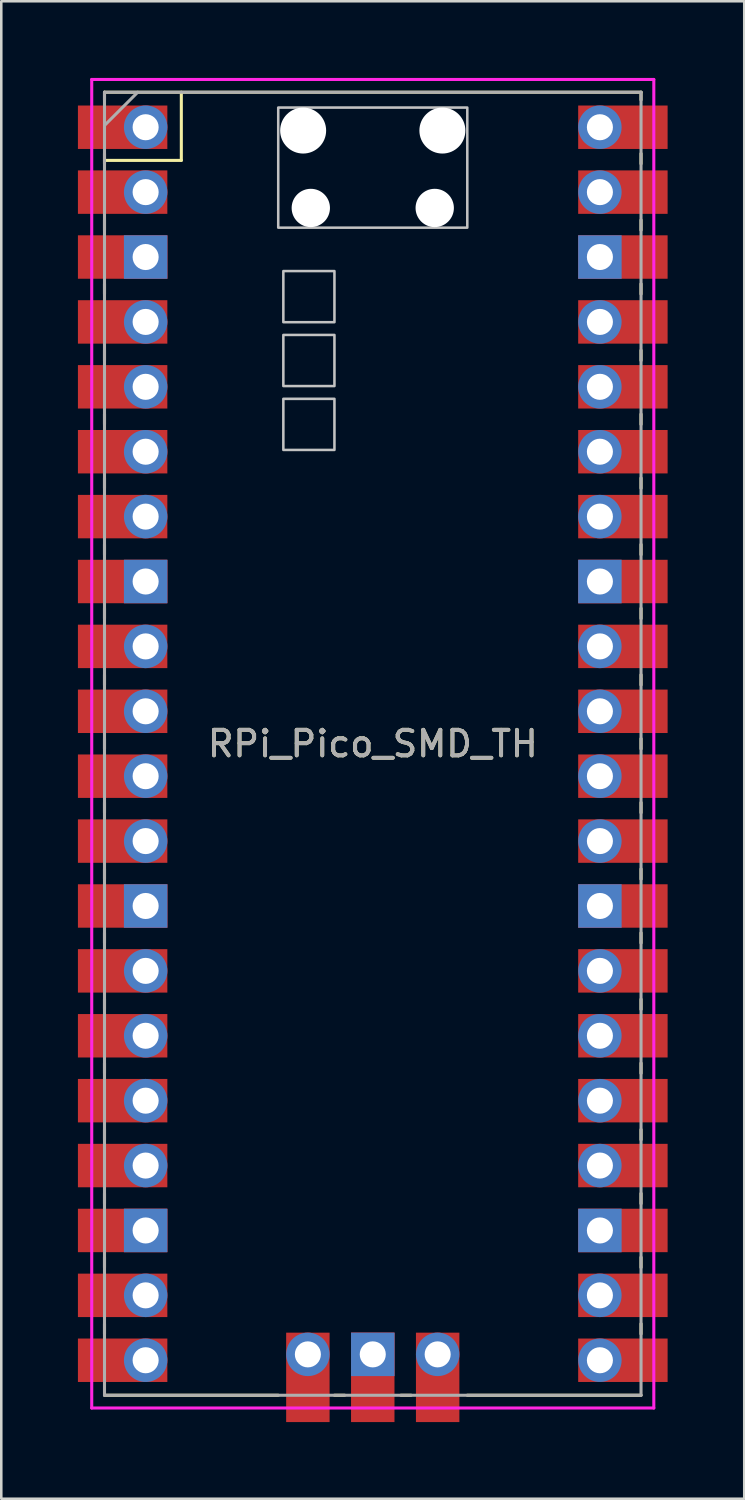
<source format=kicad_pcb>
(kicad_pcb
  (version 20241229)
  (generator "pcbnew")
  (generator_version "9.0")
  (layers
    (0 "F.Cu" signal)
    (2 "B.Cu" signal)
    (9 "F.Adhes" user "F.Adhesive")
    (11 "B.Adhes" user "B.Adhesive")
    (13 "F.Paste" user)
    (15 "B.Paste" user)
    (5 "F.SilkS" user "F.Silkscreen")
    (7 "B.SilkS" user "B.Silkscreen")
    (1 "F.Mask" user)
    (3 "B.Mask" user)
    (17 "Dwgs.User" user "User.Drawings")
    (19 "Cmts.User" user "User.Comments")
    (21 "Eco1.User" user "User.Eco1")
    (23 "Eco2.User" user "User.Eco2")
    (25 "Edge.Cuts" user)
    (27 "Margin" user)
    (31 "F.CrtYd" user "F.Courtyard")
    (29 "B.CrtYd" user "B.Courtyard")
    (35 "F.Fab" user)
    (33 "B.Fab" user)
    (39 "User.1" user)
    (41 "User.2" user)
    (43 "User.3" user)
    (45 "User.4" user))
  (footprint "RPi_Pico_SMD_TH"
    (layer "F.Cu")
    (at 11.54 26.06)
    (property "Reference" "RPi_Pico_SMD_TH" (at 0 0 0) (layer "F.SilkS") (effects (font (size 1 1) (thickness 0.15))))
    (attr through_hole)
    (fp_line (start -10.5 -25.5) (end -10.5 -25.2) (stroke (width 0.12) (type solid)) (layer "F.SilkS"))
    (fp_line (start -10.5 -25.5) (end 10.5 -25.5) (stroke (width 0.12) (type solid)) (layer "F.SilkS"))
    (fp_line (start -10.5 -23.1) (end -10.5 -22.7) (stroke (width 0.12) (type solid)) (layer "F.SilkS"))
    (fp_line (start -10.5 -22.833) (end -7.493 -22.833) (stroke (width 0.12) (type solid)) (layer "F.SilkS"))
    (fp_line (start -10.5 -20.5) (end -10.5 -20.1) (stroke (width 0.12) (type solid)) (layer "F.SilkS"))
    (fp_line (start -10.5 -18) (end -10.5 -17.6) (stroke (width 0.12) (type solid)) (layer "F.SilkS"))
    (fp_line (start -10.5 -15.4) (end -10.5 -15) (stroke (width 0.12) (type solid)) (layer "F.SilkS"))
    (fp_line (start -10.5 -12.9) (end -10.5 -12.5) (stroke (width 0.12) (type solid)) (layer "F.SilkS"))
    (fp_line (start -10.5 -10.4) (end -10.5 -10) (stroke (width 0.12) (type solid)) (layer "F.SilkS"))
    (fp_line (start -10.5 -7.8) (end -10.5 -7.4) (stroke (width 0.12) (type solid)) (layer "F.SilkS"))
    (fp_line (start -10.5 -5.3) (end -10.5 -4.9) (stroke (width 0.12) (type solid)) (layer "F.SilkS"))
    (fp_line (start -10.5 -2.7) (end -10.5 -2.3) (stroke (width 0.12) (type solid)) (layer "F.SilkS"))
    (fp_line (start -10.5 -0.2) (end -10.5 0.2) (stroke (width 0.12) (type solid)) (layer "F.SilkS"))
    (fp_line (start -10.5 2.3) (end -10.5 2.7) (stroke (width 0.12) (type solid)) (layer "F.SilkS"))
    (fp_line (start -10.5 4.9) (end -10.5 5.3) (stroke (width 0.12) (type solid)) (layer "F.SilkS"))
    (fp_line (start -10.5 7.4) (end -10.5 7.8) (stroke (width 0.12) (type solid)) (layer "F.SilkS"))
    (fp_line (start -10.5 10) (end -10.5 10.4) (stroke (width 0.12) (type solid)) (layer "F.SilkS"))
    (fp_line (start -10.5 12.5) (end -10.5 12.9) (stroke (width 0.12) (type solid)) (layer "F.SilkS"))
    (fp_line (start -10.5 15.1) (end -10.5 15.5) (stroke (width 0.12) (type solid)) (layer "F.SilkS"))
    (fp_line (start -10.5 17.6) (end -10.5 18) (stroke (width 0.12) (type solid)) (layer "F.SilkS"))
    (fp_line (start -10.5 20.1) (end -10.5 20.5) (stroke (width 0.12) (type solid)) (layer "F.SilkS"))
    (fp_line (start -10.5 22.7) (end -10.5 23.1) (stroke (width 0.12) (type solid)) (layer "F.SilkS"))
    (fp_line (start -7.493 -22.833) (end -7.493 -25.5) (stroke (width 0.12) (type solid)) (layer "F.SilkS"))
    (fp_line (start -3.7 25.5) (end -10.5 25.5) (stroke (width 0.12) (type solid)) (layer "F.SilkS"))
    (fp_line (start -1.5 25.5) (end -1.1 25.5) (stroke (width 0.12) (type solid)) (layer "F.SilkS"))
    (fp_line (start 1.1 25.5) (end 1.5 25.5) (stroke (width 0.12) (type solid)) (layer "F.SilkS"))
    (fp_line (start 10.5 -25.5) (end 10.5 -25.2) (stroke (width 0.12) (type solid)) (layer "F.SilkS"))
    (fp_line (start 10.5 -23.1) (end 10.5 -22.7) (stroke (width 0.12) (type solid)) (layer "F.SilkS"))
    (fp_line (start 10.5 -20.5) (end 10.5 -20.1) (stroke (width 0.12) (type solid)) (layer "F.SilkS"))
    (fp_line (start 10.5 -18) (end 10.5 -17.6) (stroke (width 0.12) (type solid)) (layer "F.SilkS"))
    (fp_line (start 10.5 -15.4) (end 10.5 -15) (stroke (width 0.12) (type solid)) (layer "F.SilkS"))
    (fp_line (start 10.5 -12.9) (end 10.5 -12.5) (stroke (width 0.12) (type solid)) (layer "F.SilkS"))
    (fp_line (start 10.5 -10.4) (end 10.5 -10) (stroke (width 0.12) (type solid)) (layer "F.SilkS"))
    (fp_line (start 10.5 -7.8) (end 10.5 -7.4) (stroke (width 0.12) (type solid)) (layer "F.SilkS"))
    (fp_line (start 10.5 -5.3) (end 10.5 -4.9) (stroke (width 0.12) (type solid)) (layer "F.SilkS"))
    (fp_line (start 10.5 -2.7) (end 10.5 -2.3) (stroke (width 0.12) (type solid)) (layer "F.SilkS"))
    (fp_line (start 10.5 -0.2) (end 10.5 0.2) (stroke (width 0.12) (type solid)) (layer "F.SilkS"))
    (fp_line (start 10.5 2.3) (end 10.5 2.7) (stroke (width 0.12) (type solid)) (layer "F.SilkS"))
    (fp_line (start 10.5 4.9) (end 10.5 5.3) (stroke (width 0.12) (type solid)) (layer "F.SilkS"))
    (fp_line (start 10.5 7.4) (end 10.5 7.8) (stroke (width 0.12) (type solid)) (layer "F.SilkS"))
    (fp_line (start 10.5 10) (end 10.5 10.4) (stroke (width 0.12) (type solid)) (layer "F.SilkS"))
    (fp_line (start 10.5 12.5) (end 10.5 12.9) (stroke (width 0.12) (type solid)) (layer "F.SilkS"))
    (fp_line (start 10.5 15.1) (end 10.5 15.5) (stroke (width 0.12) (type solid)) (layer "F.SilkS"))
    (fp_line (start 10.5 17.6) (end 10.5 18) (stroke (width 0.12) (type solid)) (layer "F.SilkS"))
    (fp_line (start 10.5 20.1) (end 10.5 20.5) (stroke (width 0.12) (type solid)) (layer "F.SilkS"))
    (fp_line (start 10.5 22.7) (end 10.5 23.1) (stroke (width 0.12) (type solid)) (layer "F.SilkS"))
    (fp_line (start 10.5 25.5) (end 3.7 25.5) (stroke (width 0.12) (type solid)) (layer "F.SilkS"))
    (fp_poly (pts (xy -1.5 -16.5) (xy -3.5 -16.5) (xy -3.5 -18.5) (xy -1.5 -18.5)) (stroke (width 0.1) (type solid)) (fill no) (layer "Dwgs.User"))
    (fp_poly (pts (xy -1.5 -14) (xy -3.5 -14) (xy -3.5 -16) (xy -1.5 -16)) (stroke (width 0.1) (type solid)) (fill no) (layer "Dwgs.User"))
    (fp_poly (pts (xy -1.5 -11.5) (xy -3.5 -11.5) (xy -3.5 -13.5) (xy -1.5 -13.5)) (stroke (width 0.1) (type solid)) (fill no) (layer "Dwgs.User"))
    (fp_poly (pts (xy 3.7 -20.2) (xy -3.7 -20.2) (xy -3.7 -24.9) (xy 3.7 -24.9)) (stroke (width 0.1) (type solid)) (fill no) (layer "Dwgs.User"))
    (fp_line (start -11 -26) (end 11 -26) (stroke (width 0.12) (type solid)) (layer "F.CrtYd"))
    (fp_line (start -11 26) (end -11 -26) (stroke (width 0.12) (type solid)) (layer "F.CrtYd"))
    (fp_line (start 11 -26) (end 11 26) (stroke (width 0.12) (type solid)) (layer "F.CrtYd"))
    (fp_line (start 11 26) (end -11 26) (stroke (width 0.12) (type solid)) (layer "F.CrtYd"))
    (fp_line (start -10.5 -25.5) (end 10.5 -25.5) (stroke (width 0.12) (type solid)) (layer "F.Fab"))
    (fp_line (start -10.5 -24.2) (end -9.2 -25.5) (stroke (width 0.12) (type solid)) (layer "F.Fab"))
    (fp_line (start -10.5 25.5) (end -10.5 -25.5) (stroke (width 0.12) (type solid)) (layer "F.Fab"))
    (fp_line (start 10.5 -25.5) (end 10.5 25.5) (stroke (width 0.12) (type solid)) (layer "F.Fab"))
    (fp_line (start 10.5 25.5) (end -10.5 25.5) (stroke (width 0.12) (type solid)) (layer "F.Fab"))
    (fp_text user "${REFERENCE}" (at 0 0 180) (layer "F.Fab") (effects (font (size 1 1) (thickness 0.15))))
    (pad "" np_thru_hole oval (at -2.725 -24) (size 1.8 1.8) (drill 1.8) (layers "*.Cu" "*.Mask"))
    (pad "" np_thru_hole oval (at -2.425 -20.97) (size 1.5 1.5) (drill 1.5) (layers "*.Cu" "*.Mask"))
    (pad "" np_thru_hole oval (at 2.425 -20.97) (size 1.5 1.5) (drill 1.5) (layers "*.Cu" "*.Mask"))
    (pad "" np_thru_hole oval (at 2.725 -24) (size 1.8 1.8) (drill 1.8) (layers "*.Cu" "*.Mask"))
    (pad "1" thru_hole oval (at -8.89 -24.13) (size 1.7 1.7) (drill 1.02) (layers "*.Cu" "*.Mask"))
    (pad "1" smd rect (at -8.89 -24.13) (size 3.5 1.7) (drill (offset -0.9 0)) (layers "F.Cu" "F.Mask"))
    (pad "2" thru_hole oval (at -8.89 -21.59) (size 1.7 1.7) (drill 1.02) (layers "*.Cu" "*.Mask"))
    (pad "2" smd rect (at -8.89 -21.59) (size 3.5 1.7) (drill (offset -0.9 0)) (layers "F.Cu" "F.Mask"))
    (pad "3" thru_hole rect (at -8.89 -19.05) (size 1.7 1.7) (drill 1.02) (layers "*.Cu" "*.Mask"))
    (pad "3" smd rect (at -8.89 -19.05) (size 3.5 1.7) (drill (offset -0.9 0)) (layers "F.Cu" "F.Mask"))
    (pad "4" thru_hole oval (at -8.89 -16.51) (size 1.7 1.7) (drill 1.02) (layers "*.Cu" "*.Mask"))
    (pad "4" smd rect (at -8.89 -16.51) (size 3.5 1.7) (drill (offset -0.9 0)) (layers "F.Cu" "F.Mask"))
    (pad "5" thru_hole oval (at -8.89 -13.97) (size 1.7 1.7) (drill 1.02) (layers "*.Cu" "*.Mask"))
    (pad "5" smd rect (at -8.89 -13.97) (size 3.5 1.7) (drill (offset -0.9 0)) (layers "F.Cu" "F.Mask"))
    (pad "6" thru_hole oval (at -8.89 -11.43) (size 1.7 1.7) (drill 1.02) (layers "*.Cu" "*.Mask"))
    (pad "6" smd rect (at -8.89 -11.43) (size 3.5 1.7) (drill (offset -0.9 0)) (layers "F.Cu" "F.Mask"))
    (pad "7" thru_hole oval (at -8.89 -8.89) (size 1.7 1.7) (drill 1.02) (layers "*.Cu" "*.Mask"))
    (pad "7" smd rect (at -8.89 -8.89) (size 3.5 1.7) (drill (offset -0.9 0)) (layers "F.Cu" "F.Mask"))
    (pad "8" thru_hole rect (at -8.89 -6.35) (size 1.7 1.7) (drill 1.02) (layers "*.Cu" "*.Mask"))
    (pad "8" smd rect (at -8.89 -6.35) (size 3.5 1.7) (drill (offset -0.9 0)) (layers "F.Cu" "F.Mask"))
    (pad "9" thru_hole oval (at -8.89 -3.81) (size 1.7 1.7) (drill 1.02) (layers "*.Cu" "*.Mask"))
    (pad "9" smd rect (at -8.89 -3.81) (size 3.5 1.7) (drill (offset -0.9 0)) (layers "F.Cu" "F.Mask"))
    (pad "10" thru_hole oval (at -8.89 -1.27) (size 1.7 1.7) (drill 1.02) (layers "*.Cu" "*.Mask"))
    (pad "10" smd rect (at -8.89 -1.27) (size 3.5 1.7) (drill (offset -0.9 0)) (layers "F.Cu" "F.Mask"))
    (pad "11" thru_hole oval (at -8.89 1.27) (size 1.7 1.7) (drill 1.02) (layers "*.Cu" "*.Mask"))
    (pad "11" smd rect (at -8.89 1.27) (size 3.5 1.7) (drill (offset -0.9 0)) (layers "F.Cu" "F.Mask"))
    (pad "12" thru_hole oval (at -8.89 3.81) (size 1.7 1.7) (drill 1.02) (layers "*.Cu" "*.Mask"))
    (pad "12" smd rect (at -8.89 3.81) (size 3.5 1.7) (drill (offset -0.9 0)) (layers "F.Cu" "F.Mask"))
    (pad "13" thru_hole rect (at -8.89 6.35) (size 1.7 1.7) (drill 1.02) (layers "*.Cu" "*.Mask"))
    (pad "13" smd rect (at -8.89 6.35) (size 3.5 1.7) (drill (offset -0.9 0)) (layers "F.Cu" "F.Mask"))
    (pad "14" thru_hole oval (at -8.89 8.89) (size 1.7 1.7) (drill 1.02) (layers "*.Cu" "*.Mask"))
    (pad "14" smd rect (at -8.89 8.89) (size 3.5 1.7) (drill (offset -0.9 0)) (layers "F.Cu" "F.Mask"))
    (pad "15" thru_hole oval (at -8.89 11.43) (size 1.7 1.7) (drill 1.02) (layers "*.Cu" "*.Mask"))
    (pad "15" smd rect (at -8.89 11.43) (size 3.5 1.7) (drill (offset -0.9 0)) (layers "F.Cu" "F.Mask"))
    (pad "16" thru_hole oval (at -8.89 13.97) (size 1.7 1.7) (drill 1.02) (layers "*.Cu" "*.Mask"))
    (pad "16" smd rect (at -8.89 13.97) (size 3.5 1.7) (drill (offset -0.9 0)) (layers "F.Cu" "F.Mask"))
    (pad "17" thru_hole oval (at -8.89 16.51) (size 1.7 1.7) (drill 1.02) (layers "*.Cu" "*.Mask"))
    (pad "17" smd rect (at -8.89 16.51) (size 3.5 1.7) (drill (offset -0.9 0)) (layers "F.Cu" "F.Mask"))
    (pad "18" thru_hole rect (at -8.89 19.05) (size 1.7 1.7) (drill 1.02) (layers "*.Cu" "*.Mask"))
    (pad "18" smd rect (at -8.89 19.05) (size 3.5 1.7) (drill (offset -0.9 0)) (layers "F.Cu" "F.Mask"))
    (pad "19" thru_hole oval (at -8.89 21.59) (size 1.7 1.7) (drill 1.02) (layers "*.Cu" "*.Mask"))
    (pad "19" smd rect (at -8.89 21.59) (size 3.5 1.7) (drill (offset -0.9 0)) (layers "F.Cu" "F.Mask"))
    (pad "20" thru_hole oval (at -8.89 24.13) (size 1.7 1.7) (drill 1.02) (layers "*.Cu" "*.Mask"))
    (pad "20" smd rect (at -8.89 24.13) (size 3.5 1.7) (drill (offset -0.9 0)) (layers "F.Cu" "F.Mask"))
    (pad "21" thru_hole oval (at 8.89 24.13) (size 1.7 1.7) (drill 1.02) (layers "*.Cu" "*.Mask"))
    (pad "21" smd rect (at 8.89 24.13) (size 3.5 1.7) (drill (offset 0.9 0)) (layers "F.Cu" "F.Mask"))
    (pad "22" thru_hole oval (at 8.89 21.59) (size 1.7 1.7) (drill 1.02) (layers "*.Cu" "*.Mask"))
    (pad "22" smd rect (at 8.89 21.59) (size 3.5 1.7) (drill (offset 0.9 0)) (layers "F.Cu" "F.Mask"))
    (pad "23" thru_hole rect (at 8.89 19.05) (size 1.7 1.7) (drill 1.02) (layers "*.Cu" "*.Mask"))
    (pad "23" smd rect (at 8.89 19.05) (size 3.5 1.7) (drill (offset 0.9 0)) (layers "F.Cu" "F.Mask"))
    (pad "24" thru_hole oval (at 8.89 16.51) (size 1.7 1.7) (drill 1.02) (layers "*.Cu" "*.Mask"))
    (pad "24" smd rect (at 8.89 16.51) (size 3.5 1.7) (drill (offset 0.9 0)) (layers "F.Cu" "F.Mask"))
    (pad "25" thru_hole oval (at 8.89 13.97) (size 1.7 1.7) (drill 1.02) (layers "*.Cu" "*.Mask"))
    (pad "25" smd rect (at 8.89 13.97) (size 3.5 1.7) (drill (offset 0.9 0)) (layers "F.Cu" "F.Mask"))
    (pad "26" thru_hole oval (at 8.89 11.43) (size 1.7 1.7) (drill 1.02) (layers "*.Cu" "*.Mask"))
    (pad "26" smd rect (at 8.89 11.43) (size 3.5 1.7) (drill (offset 0.9 0)) (layers "F.Cu" "F.Mask"))
    (pad "27" thru_hole oval (at 8.89 8.89) (size 1.7 1.7) (drill 1.02) (layers "*.Cu" "*.Mask"))
    (pad "27" smd rect (at 8.89 8.89) (size 3.5 1.7) (drill (offset 0.9 0)) (layers "F.Cu" "F.Mask"))
    (pad "28" thru_hole rect (at 8.89 6.35) (size 1.7 1.7) (drill 1.02) (layers "*.Cu" "*.Mask"))
    (pad "28" smd rect (at 8.89 6.35) (size 3.5 1.7) (drill (offset 0.9 0)) (layers "F.Cu" "F.Mask"))
    (pad "29" thru_hole oval (at 8.89 3.81) (size 1.7 1.7) (drill 1.02) (layers "*.Cu" "*.Mask"))
    (pad "29" smd rect (at 8.89 3.81) (size 3.5 1.7) (drill (offset 0.9 0)) (layers "F.Cu" "F.Mask"))
    (pad "30" thru_hole oval (at 8.89 1.27) (size 1.7 1.7) (drill 1.02) (layers "*.Cu" "*.Mask"))
    (pad "30" smd rect (at 8.89 1.27) (size 3.5 1.7) (drill (offset 0.9 0)) (layers "F.Cu" "F.Mask"))
    (pad "31" thru_hole oval (at 8.89 -1.27) (size 1.7 1.7) (drill 1.02) (layers "*.Cu" "*.Mask"))
    (pad "31" smd rect (at 8.89 -1.27) (size 3.5 1.7) (drill (offset 0.9 0)) (layers "F.Cu" "F.Mask"))
    (pad "32" thru_hole oval (at 8.89 -3.81) (size 1.7 1.7) (drill 1.02) (layers "*.Cu" "*.Mask"))
    (pad "32" smd rect (at 8.89 -3.81) (size 3.5 1.7) (drill (offset 0.9 0)) (layers "F.Cu" "F.Mask"))
    (pad "33" thru_hole rect (at 8.89 -6.35) (size 1.7 1.7) (drill 1.02) (layers "*.Cu" "*.Mask"))
    (pad "33" smd rect (at 8.89 -6.35) (size 3.5 1.7) (drill (offset 0.9 0)) (layers "F.Cu" "F.Mask"))
    (pad "34" thru_hole oval (at 8.89 -8.89) (size 1.7 1.7) (drill 1.02) (layers "*.Cu" "*.Mask"))
    (pad "34" smd rect (at 8.89 -8.89) (size 3.5 1.7) (drill (offset 0.9 0)) (layers "F.Cu" "F.Mask"))
    (pad "35" thru_hole oval (at 8.89 -11.43) (size 1.7 1.7) (drill 1.02) (layers "*.Cu" "*.Mask"))
    (pad "35" smd rect (at 8.89 -11.43) (size 3.5 1.7) (drill (offset 0.9 0)) (layers "F.Cu" "F.Mask"))
    (pad "36" thru_hole oval (at 8.89 -13.97) (size 1.7 1.7) (drill 1.02) (layers "*.Cu" "*.Mask"))
    (pad "36" smd rect (at 8.89 -13.97) (size 3.5 1.7) (drill (offset 0.9 0)) (layers "F.Cu" "F.Mask"))
    (pad "37" thru_hole oval (at 8.89 -16.51) (size 1.7 1.7) (drill 1.02) (layers "*.Cu" "*.Mask"))
    (pad "37" smd rect (at 8.89 -16.51) (size 3.5 1.7) (drill (offset 0.9 0)) (layers "F.Cu" "F.Mask"))
    (pad "38" thru_hole rect (at 8.89 -19.05) (size 1.7 1.7) (drill 1.02) (layers "*.Cu" "*.Mask"))
    (pad "38" smd rect (at 8.89 -19.05) (size 3.5 1.7) (drill (offset 0.9 0)) (layers "F.Cu" "F.Mask"))
    (pad "39" thru_hole oval (at 8.89 -21.59) (size 1.7 1.7) (drill 1.02) (layers "*.Cu" "*.Mask"))
    (pad "39" smd rect (at 8.89 -21.59) (size 3.5 1.7) (drill (offset 0.9 0)) (layers "F.Cu" "F.Mask"))
    (pad "40" thru_hole oval (at 8.89 -24.13) (size 1.7 1.7) (drill 1.02) (layers "*.Cu" "*.Mask"))
    (pad "40" smd rect (at 8.89 -24.13) (size 3.5 1.7) (drill (offset 0.9 0)) (layers "F.Cu" "F.Mask"))
    (pad "41" thru_hole oval (at -2.54 23.9) (size 1.7 1.7) (drill 1.02) (layers "*.Cu" "*.Mask"))
    (pad "41" smd rect (at -2.54 23.9 90) (size 3.5 1.7) (drill (offset -0.9 0)) (layers "F.Cu" "F.Mask"))
    (pad "42" thru_hole rect (at 0 23.9) (size 1.7 1.7) (drill 1.02) (layers "*.Cu" "*.Mask"))
    (pad "42" smd rect (at 0 23.9 90) (size 3.5 1.7) (drill (offset -0.9 0)) (layers "F.Cu" "F.Mask"))
    (pad "43" thru_hole oval (at 2.54 23.9) (size 1.7 1.7) (drill 1.02) (layers "*.Cu" "*.Mask"))
    (pad "43" smd rect (at 2.54 23.9 90) (size 3.5 1.7) (drill (offset -0.9 0)) (layers "F.Cu" "F.Mask")))
  (gr_rect
    (start -3 -3)
    (end 26.08 55.61)
    (stroke (width 0.1) (type default))
    (fill no)
    (layer "Edge.Cuts")))
</source>
